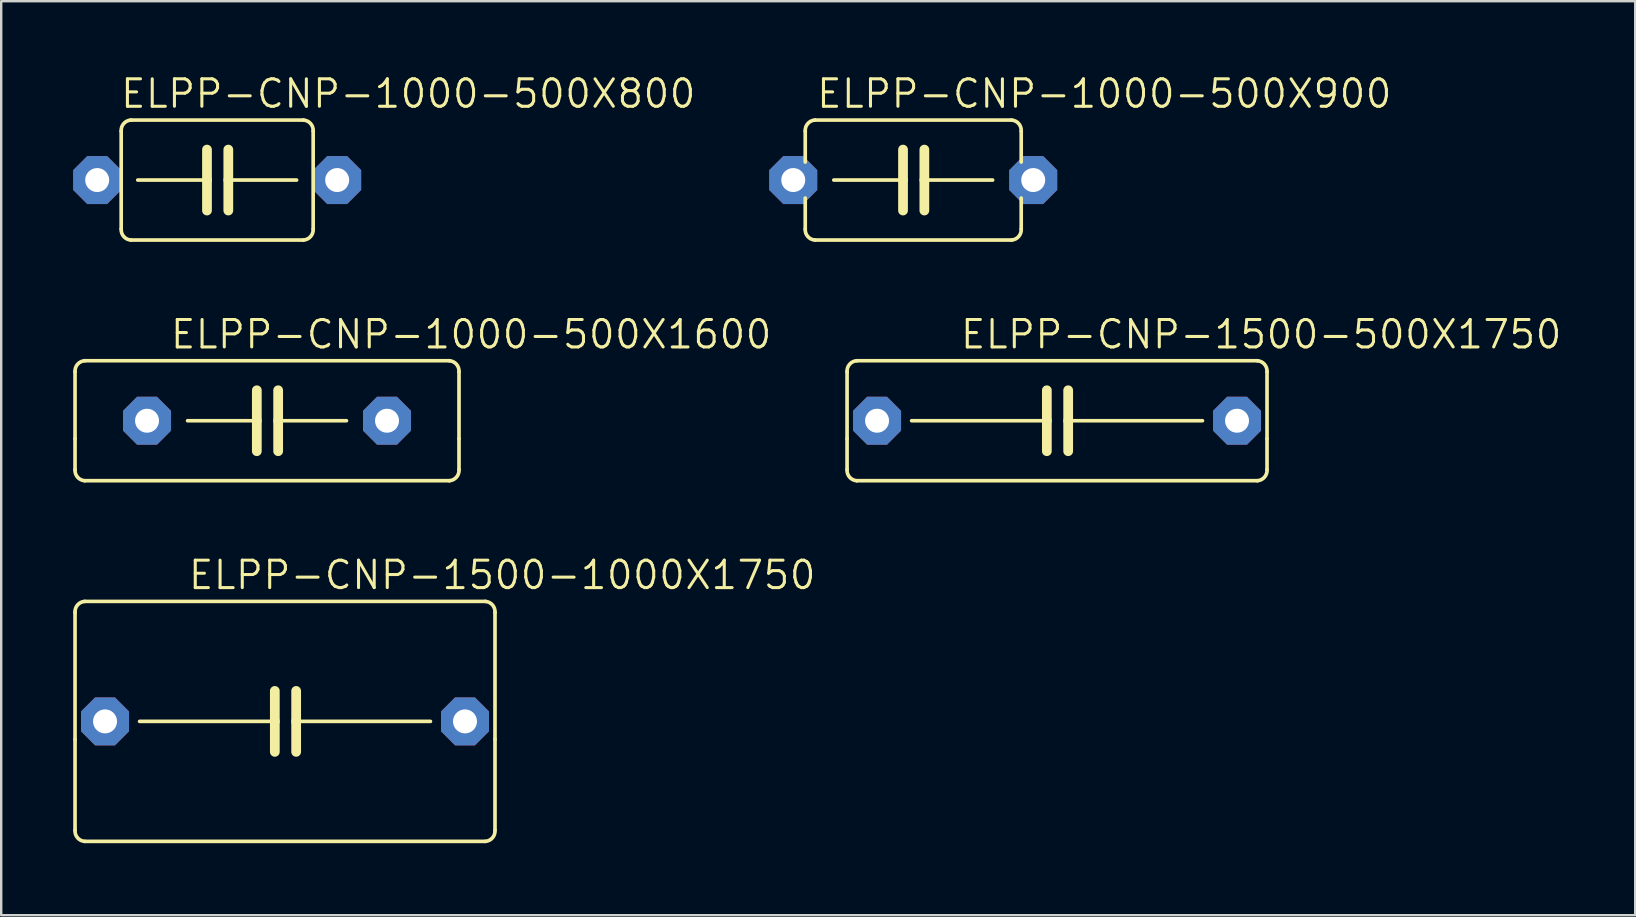
<source format=kicad_pcb>
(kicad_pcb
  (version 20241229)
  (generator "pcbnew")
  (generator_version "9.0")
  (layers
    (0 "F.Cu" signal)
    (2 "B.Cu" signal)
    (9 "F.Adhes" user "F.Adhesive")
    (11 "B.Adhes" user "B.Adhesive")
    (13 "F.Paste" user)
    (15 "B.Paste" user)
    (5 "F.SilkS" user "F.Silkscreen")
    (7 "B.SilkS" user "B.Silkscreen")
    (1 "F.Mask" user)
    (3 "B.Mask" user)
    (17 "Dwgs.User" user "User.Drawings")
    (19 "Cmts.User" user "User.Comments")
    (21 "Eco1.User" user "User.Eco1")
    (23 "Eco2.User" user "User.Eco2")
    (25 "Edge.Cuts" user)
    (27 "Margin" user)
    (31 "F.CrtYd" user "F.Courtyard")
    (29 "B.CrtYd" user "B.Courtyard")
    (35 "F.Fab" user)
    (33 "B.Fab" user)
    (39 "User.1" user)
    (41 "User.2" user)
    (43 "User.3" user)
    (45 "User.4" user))
  (footprint "ELPP-CNP-1500-500X1750"
    (layer "F.Cu")
    (at 40.998 14.482)
    (property "Reference" "ELPP-CNP-1500-500X1750" (at -4.096 -2.929 0) (unlocked yes) (layer "F.SilkS") (effects (font (size 1.143 1.143) (thickness 0.127)) (justify left bottom)))
    (fp_line (start -8.75 0.75) (end -8.75 -2.04) (stroke (width 0.152) (type solid)) (layer "F.SilkS"))
    (fp_line (start -8.75 2.04) (end -8.75 0.75) (stroke (width 0.152) (type solid)) (layer "F.SilkS"))
    (fp_line (start -8.346 -2.5) (end 8.346 -2.5) (stroke (width 0.152) (type solid)) (layer "F.SilkS"))
    (fp_line (start -6.06 0) (end -0.425 0) (stroke (width 0.152) (type solid)) (layer "F.SilkS"))
    (fp_line (start -0.425 -1.27) (end -0.425 0) (stroke (width 0.406) (type solid)) (layer "F.SilkS"))
    (fp_line (start -0.425 0) (end -0.425 1.27) (stroke (width 0.406) (type solid)) (layer "F.SilkS"))
    (fp_line (start 0.464 -1.27) (end 0.464 0) (stroke (width 0.406) (type solid)) (layer "F.SilkS"))
    (fp_line (start 0.464 0) (end 0.464 1.27) (stroke (width 0.406) (type solid)) (layer "F.SilkS"))
    (fp_line (start 6.06 0) (end 0.464 0) (stroke (width 0.152) (type solid)) (layer "F.SilkS"))
    (fp_line (start 8.346 2.5) (end -8.346 2.5) (stroke (width 0.152) (type solid)) (layer "F.SilkS"))
    (fp_line (start 8.75 -2.04) (end 8.75 0.75) (stroke (width 0.152) (type solid)) (layer "F.SilkS"))
    (fp_line (start 8.75 0.75) (end 8.75 2.04) (stroke (width 0.152) (type solid)) (layer "F.SilkS"))
    (fp_arc (start -8.75 -2.04) (mid -8.643269 -2.353671) (end -8.346 -2.5) (stroke (width 0.1524) (type solid)) (layer "F.SilkS"))
    (fp_arc (start -8.346 2.5) (mid -8.643269 2.353671) (end -8.75 2.04) (stroke (width 0.1524) (type solid)) (layer "F.SilkS"))
    (fp_arc (start 8.346 -2.5) (mid 8.643269 -2.353671) (end 8.75 -2.04) (stroke (width 0.1524) (type solid)) (layer "F.SilkS"))
    (fp_arc (start 8.75 2.04) (mid 8.643269 2.353671) (end 8.346 2.5) (stroke (width 0.1524) (type solid)) (layer "F.SilkS"))
    (pad "1" thru_hole roundrect (at -7.5 0) (size 2 2) (drill 1) (layers "*.Cu" "*.Mask") (roundrect_rratio 0.25) (chamfer_ratio 0.293) (chamfer top_left top_right bottom_left bottom_right))
    (pad "2" thru_hole roundrect (at 7.5 0) (size 2 2) (drill 1) (layers "*.Cu" "*.Mask") (roundrect_rratio 0.25) (chamfer_ratio 0.293) (chamfer top_left top_right bottom_left bottom_right)))
  (footprint "ELPP-CNP-1000-500X800"
    (layer "F.Cu")
    (at 6 4.453)
    (property "Reference" "ELPP-CNP-1000-500X800" (at -4.096 -2.929 0) (unlocked yes) (layer "F.SilkS") (effects (font (size 1.143 1.143) (thickness 0.127)) (justify left bottom)))
    (fp_line (start -4 2.04) (end -4 -2.04) (stroke (width 0.152) (type solid)) (layer "F.SilkS"))
    (fp_line (start -3.596 -2.5) (end 3.596 -2.5) (stroke (width 0.152) (type solid)) (layer "F.SilkS"))
    (fp_line (start -3.31 0) (end -0.425 0) (stroke (width 0.152) (type solid)) (layer "F.SilkS"))
    (fp_line (start -0.425 -1.27) (end -0.425 0) (stroke (width 0.406) (type solid)) (layer "F.SilkS"))
    (fp_line (start -0.425 0) (end -0.425 1.27) (stroke (width 0.406) (type solid)) (layer "F.SilkS"))
    (fp_line (start 0.464 -1.27) (end 0.464 0) (stroke (width 0.406) (type solid)) (layer "F.SilkS"))
    (fp_line (start 0.464 0) (end 0.464 1.27) (stroke (width 0.406) (type solid)) (layer "F.SilkS"))
    (fp_line (start 3.31 0) (end 0.464 0) (stroke (width 0.152) (type solid)) (layer "F.SilkS"))
    (fp_line (start 3.596 2.5) (end -3.596 2.5) (stroke (width 0.152) (type solid)) (layer "F.SilkS"))
    (fp_line (start 4 -2.04) (end 4 2.04) (stroke (width 0.152) (type solid)) (layer "F.SilkS"))
    (fp_arc (start -4 -2.04) (mid -3.893269 -2.353671) (end -3.596 -2.5) (stroke (width 0.1524) (type solid)) (layer "F.SilkS"))
    (fp_arc (start -3.596 2.5) (mid -3.893269 2.353671) (end -4 2.04) (stroke (width 0.1524) (type solid)) (layer "F.SilkS"))
    (fp_arc (start 3.596 -2.5) (mid 3.893269 -2.353671) (end 4 -2.04) (stroke (width 0.1524) (type solid)) (layer "F.SilkS"))
    (fp_arc (start 4 2.04) (mid 3.893269 2.353671) (end 3.596 2.5) (stroke (width 0.1524) (type solid)) (layer "F.SilkS"))
    (pad "1" thru_hole roundrect (at -5 0) (size 2 2) (drill 1) (layers "*.Cu" "*.Mask") (roundrect_rratio 0.25) (chamfer_ratio 0.293) (chamfer top_left top_right bottom_left bottom_right))
    (pad "2" thru_hole roundrect (at 5 0) (size 2 2) (drill 1) (layers "*.Cu" "*.Mask") (roundrect_rratio 0.25) (chamfer_ratio 0.293) (chamfer top_left top_right bottom_left bottom_right)))
  (footprint "ELPP-CNP-1000-500X1600"
    (layer "F.Cu")
    (at 8.077 14.482)
    (property "Reference" "ELPP-CNP-1000-500X1600" (at -4.096 -2.929 0) (unlocked yes) (layer "F.SilkS") (effects (font (size 1.143 1.143) (thickness 0.127)) (justify left bottom)))
    (fp_line (start -8 0.75) (end -8 -2.04) (stroke (width 0.152) (type solid)) (layer "F.SilkS"))
    (fp_line (start -8 2.04) (end -8 0.75) (stroke (width 0.152) (type solid)) (layer "F.SilkS"))
    (fp_line (start -7.596 -2.5) (end 7.596 -2.5) (stroke (width 0.152) (type solid)) (layer "F.SilkS"))
    (fp_line (start -3.31 0) (end -0.425 0) (stroke (width 0.152) (type solid)) (layer "F.SilkS"))
    (fp_line (start -0.425 -1.27) (end -0.425 0) (stroke (width 0.406) (type solid)) (layer "F.SilkS"))
    (fp_line (start -0.425 0) (end -0.425 1.27) (stroke (width 0.406) (type solid)) (layer "F.SilkS"))
    (fp_line (start 0.464 -1.27) (end 0.464 0) (stroke (width 0.406) (type solid)) (layer "F.SilkS"))
    (fp_line (start 0.464 0) (end 0.464 1.27) (stroke (width 0.406) (type solid)) (layer "F.SilkS"))
    (fp_line (start 3.31 0) (end 0.464 0) (stroke (width 0.152) (type solid)) (layer "F.SilkS"))
    (fp_line (start 7.596 2.5) (end -7.596 2.5) (stroke (width 0.152) (type solid)) (layer "F.SilkS"))
    (fp_line (start 8 -2.04) (end 8 0.75) (stroke (width 0.152) (type solid)) (layer "F.SilkS"))
    (fp_line (start 8 0.75) (end 8 2.04) (stroke (width 0.152) (type solid)) (layer "F.SilkS"))
    (fp_arc (start -8 -2.04) (mid -7.893269 -2.353671) (end -7.596 -2.5) (stroke (width 0.1524) (type solid)) (layer "F.SilkS"))
    (fp_arc (start -7.596 2.5) (mid -7.893269 2.353671) (end -8 2.04) (stroke (width 0.1524) (type solid)) (layer "F.SilkS"))
    (fp_arc (start 7.596 -2.5) (mid 7.893269 -2.353671) (end 8 -2.04) (stroke (width 0.1524) (type solid)) (layer "F.SilkS"))
    (fp_arc (start 8 2.04) (mid 7.893269 2.353671) (end 7.596 2.5) (stroke (width 0.1524) (type solid)) (layer "F.SilkS"))
    (pad "1" thru_hole roundrect (at -5 0) (size 2 2) (drill 1) (layers "*.Cu" "*.Mask") (roundrect_rratio 0.25) (chamfer_ratio 0.293) (chamfer top_left top_right bottom_left bottom_right))
    (pad "2" thru_hole roundrect (at 5 0) (size 2 2) (drill 1) (layers "*.Cu" "*.Mask") (roundrect_rratio 0.25) (chamfer_ratio 0.293) (chamfer top_left top_right bottom_left bottom_right)))
  (footprint "ELPP-CNP-1000-500X900"
    (layer "F.Cu")
    (at 35.005 4.453)
    (property "Reference" "ELPP-CNP-1000-500X900" (at -4.096 -2.929 0) (unlocked yes) (layer "F.SilkS") (effects (font (size 1.143 1.143) (thickness 0.127)) (justify left bottom)))
    (fp_line (start -4.5 -0.75) (end -4.5 -2.04) (stroke (width 0.152) (type solid)) (layer "F.SilkS"))
    (fp_line (start -4.5 2.04) (end -4.5 0.75) (stroke (width 0.152) (type solid)) (layer "F.SilkS"))
    (fp_line (start -4.096 -2.5) (end 4.096 -2.5) (stroke (width 0.152) (type solid)) (layer "F.SilkS"))
    (fp_line (start -3.31 0) (end -0.425 0) (stroke (width 0.152) (type solid)) (layer "F.SilkS"))
    (fp_line (start -0.425 -1.27) (end -0.425 0) (stroke (width 0.406) (type solid)) (layer "F.SilkS"))
    (fp_line (start -0.425 0) (end -0.425 1.27) (stroke (width 0.406) (type solid)) (layer "F.SilkS"))
    (fp_line (start 0.464 -1.27) (end 0.464 0) (stroke (width 0.406) (type solid)) (layer "F.SilkS"))
    (fp_line (start 0.464 0) (end 0.464 1.27) (stroke (width 0.406) (type solid)) (layer "F.SilkS"))
    (fp_line (start 3.31 0) (end 0.464 0) (stroke (width 0.152) (type solid)) (layer "F.SilkS"))
    (fp_line (start 4.096 2.5) (end -4.096 2.5) (stroke (width 0.152) (type solid)) (layer "F.SilkS"))
    (fp_line (start 4.5 -2.04) (end 4.5 -0.75) (stroke (width 0.152) (type solid)) (layer "F.SilkS"))
    (fp_line (start 4.5 0.75) (end 4.5 2.04) (stroke (width 0.152) (type solid)) (layer "F.SilkS"))
    (fp_arc (start -4.5 -2.04) (mid -4.393269 -2.353671) (end -4.096 -2.5) (stroke (width 0.1524) (type solid)) (layer "F.SilkS"))
    (fp_arc (start -4.096 2.5) (mid -4.393269 2.353671) (end -4.5 2.04) (stroke (width 0.1524) (type solid)) (layer "F.SilkS"))
    (fp_arc (start 4.096 -2.5) (mid 4.393269 -2.353671) (end 4.5 -2.04) (stroke (width 0.1524) (type solid)) (layer "F.SilkS"))
    (fp_arc (start 4.5 2.04) (mid 4.393269 2.353671) (end 4.096 2.5) (stroke (width 0.1524) (type solid)) (layer "F.SilkS"))
    (pad "1" thru_hole roundrect (at -5 0) (size 2 2) (drill 1) (layers "*.Cu" "*.Mask") (roundrect_rratio 0.25) (chamfer_ratio 0.293) (chamfer top_left top_right bottom_left bottom_right))
    (pad "2" thru_hole roundrect (at 5 0) (size 2 2) (drill 1) (layers "*.Cu" "*.Mask") (roundrect_rratio 0.25) (chamfer_ratio 0.293) (chamfer top_left top_right bottom_left bottom_right)))
  (footprint "ELPP-CNP-1500-1000X1750"
    (layer "F.Cu")
    (at 8.827 27.011)
    (property "Reference" "ELPP-CNP-1500-1000X1750" (at -4.096 -5.429 0) (unlocked yes) (layer "F.SilkS") (effects (font (size 1.143 1.143) (thickness 0.127)) (justify left bottom)))
    (fp_line (start -8.75 0.75) (end -8.75 -4.54) (stroke (width 0.152) (type solid)) (layer "F.SilkS"))
    (fp_line (start -8.75 4.54) (end -8.75 0.75) (stroke (width 0.152) (type solid)) (layer "F.SilkS"))
    (fp_line (start -8.346 -5) (end 8.346 -5) (stroke (width 0.152) (type solid)) (layer "F.SilkS"))
    (fp_line (start -6.06 0) (end -0.425 0) (stroke (width 0.152) (type solid)) (layer "F.SilkS"))
    (fp_line (start -0.425 -1.27) (end -0.425 0) (stroke (width 0.406) (type solid)) (layer "F.SilkS"))
    (fp_line (start -0.425 0) (end -0.425 1.27) (stroke (width 0.406) (type solid)) (layer "F.SilkS"))
    (fp_line (start 0.464 -1.27) (end 0.464 0) (stroke (width 0.406) (type solid)) (layer "F.SilkS"))
    (fp_line (start 0.464 0) (end 0.464 1.27) (stroke (width 0.406) (type solid)) (layer "F.SilkS"))
    (fp_line (start 6.06 0) (end 0.464 0) (stroke (width 0.152) (type solid)) (layer "F.SilkS"))
    (fp_line (start 8.346 5) (end -8.346 5) (stroke (width 0.152) (type solid)) (layer "F.SilkS"))
    (fp_line (start 8.75 -4.54) (end 8.75 0.75) (stroke (width 0.152) (type solid)) (layer "F.SilkS"))
    (fp_line (start 8.75 0.75) (end 8.75 4.54) (stroke (width 0.152) (type solid)) (layer "F.SilkS"))
    (fp_arc (start -8.75 -4.54) (mid -8.643269 -4.853671) (end -8.346 -5) (stroke (width 0.1524) (type solid)) (layer "F.SilkS"))
    (fp_arc (start -8.346 5) (mid -8.643269 4.853671) (end -8.75 4.54) (stroke (width 0.1524) (type solid)) (layer "F.SilkS"))
    (fp_arc (start 8.346 -5) (mid 8.643269 -4.853671) (end 8.75 -4.54) (stroke (width 0.1524) (type solid)) (layer "F.SilkS"))
    (fp_arc (start 8.75 4.54) (mid 8.643269 4.853671) (end 8.346 5) (stroke (width 0.1524) (type solid)) (layer "F.SilkS"))
    (pad "1" thru_hole roundrect (at -7.5 0) (size 2 2) (drill 1) (layers "*.Cu" "*.Mask") (roundrect_rratio 0.25) (chamfer_ratio 0.293) (chamfer top_left top_right bottom_left bottom_right))
    (pad "2" thru_hole roundrect (at 7.5 0) (size 2 2) (drill 1) (layers "*.Cu" "*.Mask") (roundrect_rratio 0.25) (chamfer_ratio 0.293) (chamfer top_left top_right bottom_left bottom_right)))
  (gr_rect
    (start -3 -3)
    (end 65.091 35.088)
    (stroke (width 0.1) (type default))
    (fill no)
    (layer "Edge.Cuts")))
</source>
